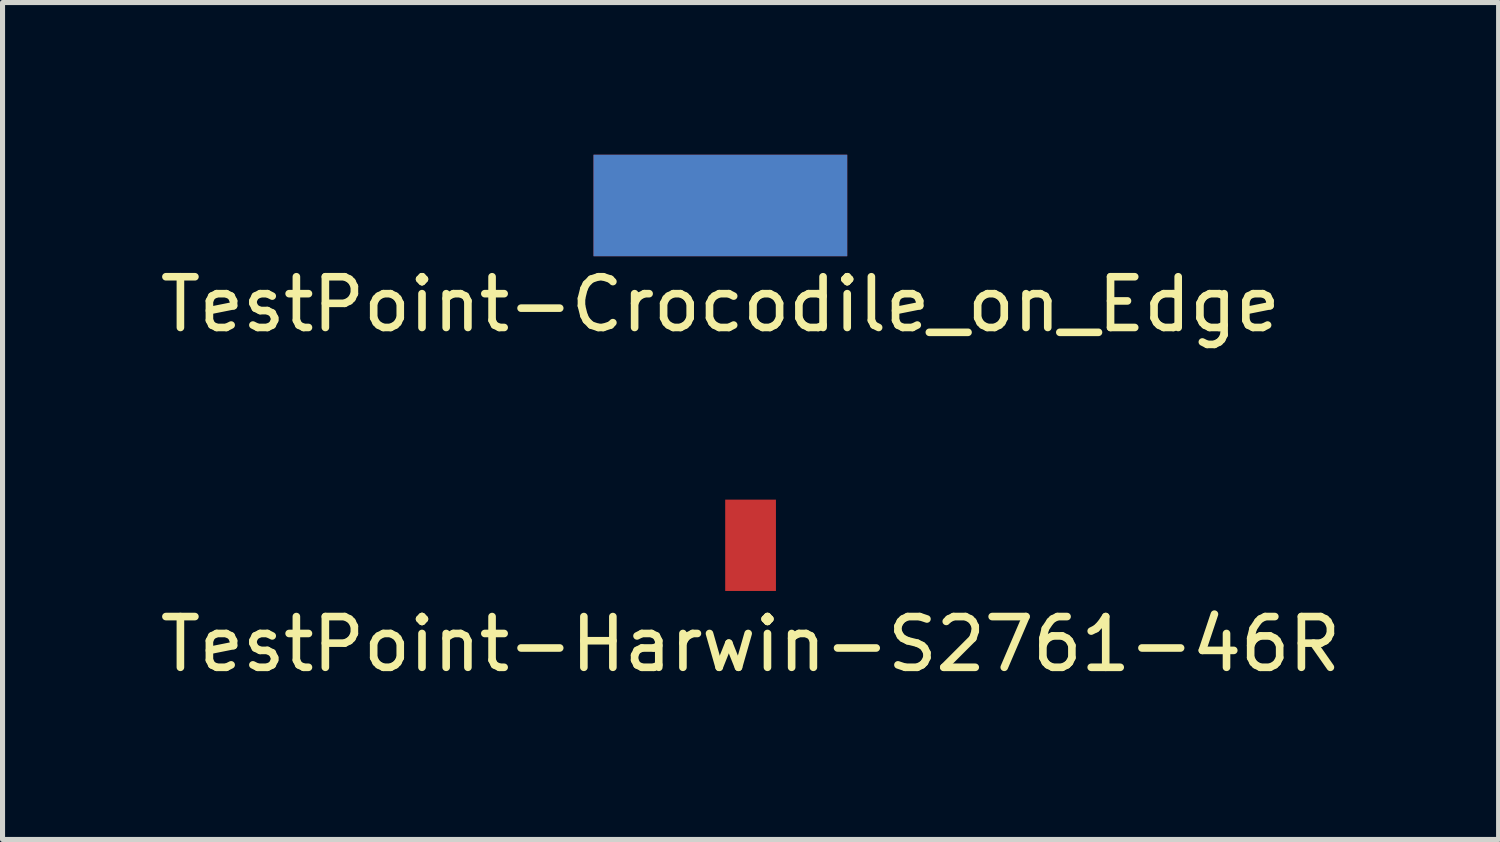
<source format=kicad_pcb>
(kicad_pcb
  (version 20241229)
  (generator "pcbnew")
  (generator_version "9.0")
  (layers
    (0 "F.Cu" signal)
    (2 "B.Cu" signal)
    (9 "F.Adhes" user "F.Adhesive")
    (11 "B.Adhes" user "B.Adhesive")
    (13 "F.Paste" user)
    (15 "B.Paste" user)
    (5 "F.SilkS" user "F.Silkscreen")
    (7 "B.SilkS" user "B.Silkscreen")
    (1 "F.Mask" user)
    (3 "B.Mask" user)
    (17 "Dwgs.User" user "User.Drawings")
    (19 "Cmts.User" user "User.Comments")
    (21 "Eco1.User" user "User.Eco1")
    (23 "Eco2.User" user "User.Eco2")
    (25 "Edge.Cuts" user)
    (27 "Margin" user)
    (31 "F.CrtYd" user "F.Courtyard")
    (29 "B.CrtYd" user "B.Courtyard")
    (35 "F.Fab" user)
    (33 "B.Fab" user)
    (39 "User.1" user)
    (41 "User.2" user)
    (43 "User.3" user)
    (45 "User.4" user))
  (footprint "TestPoint-Harwin-S2761-46R"
    (layer "F.Cu")
    (at 11.744 7.698)
    (property "Reference" "TestPoint-Harwin-S2761-46R" (at 0 1.95 0) (layer "F.SilkS") (effects (font (size 1 1) (thickness 0.15))))
    (attr through_hole)
    (pad "1" smd rect (at 0 0) (size 1 1.8) (layers "F.Cu" "F.Mask" "F.Paste")))
  (footprint "TestPoint-Crocodile_on_Edge"
    (layer "F.Cu")
    (at 11.149 1)
    (property "Reference" "TestPoint-Crocodile_on_Edge" (at 0 1.95 0) (layer "F.SilkS") (effects (font (size 1 1) (thickness 0.15))))
    (attr through_hole)
    (pad "1" smd rect (at 0 0) (size 5 2) (layers "F.Cu" "F.Mask" "F.Paste"))
    (pad "1" smd rect (at 0 0) (size 5 2) (layers "B.Cu" "B.Mask" "B.Paste")))
  (gr_rect
    (start -3 -3)
    (end 26.488 13.496)
    (stroke (width 0.1) (type default))
    (fill no)
    (layer "Edge.Cuts")))
</source>
